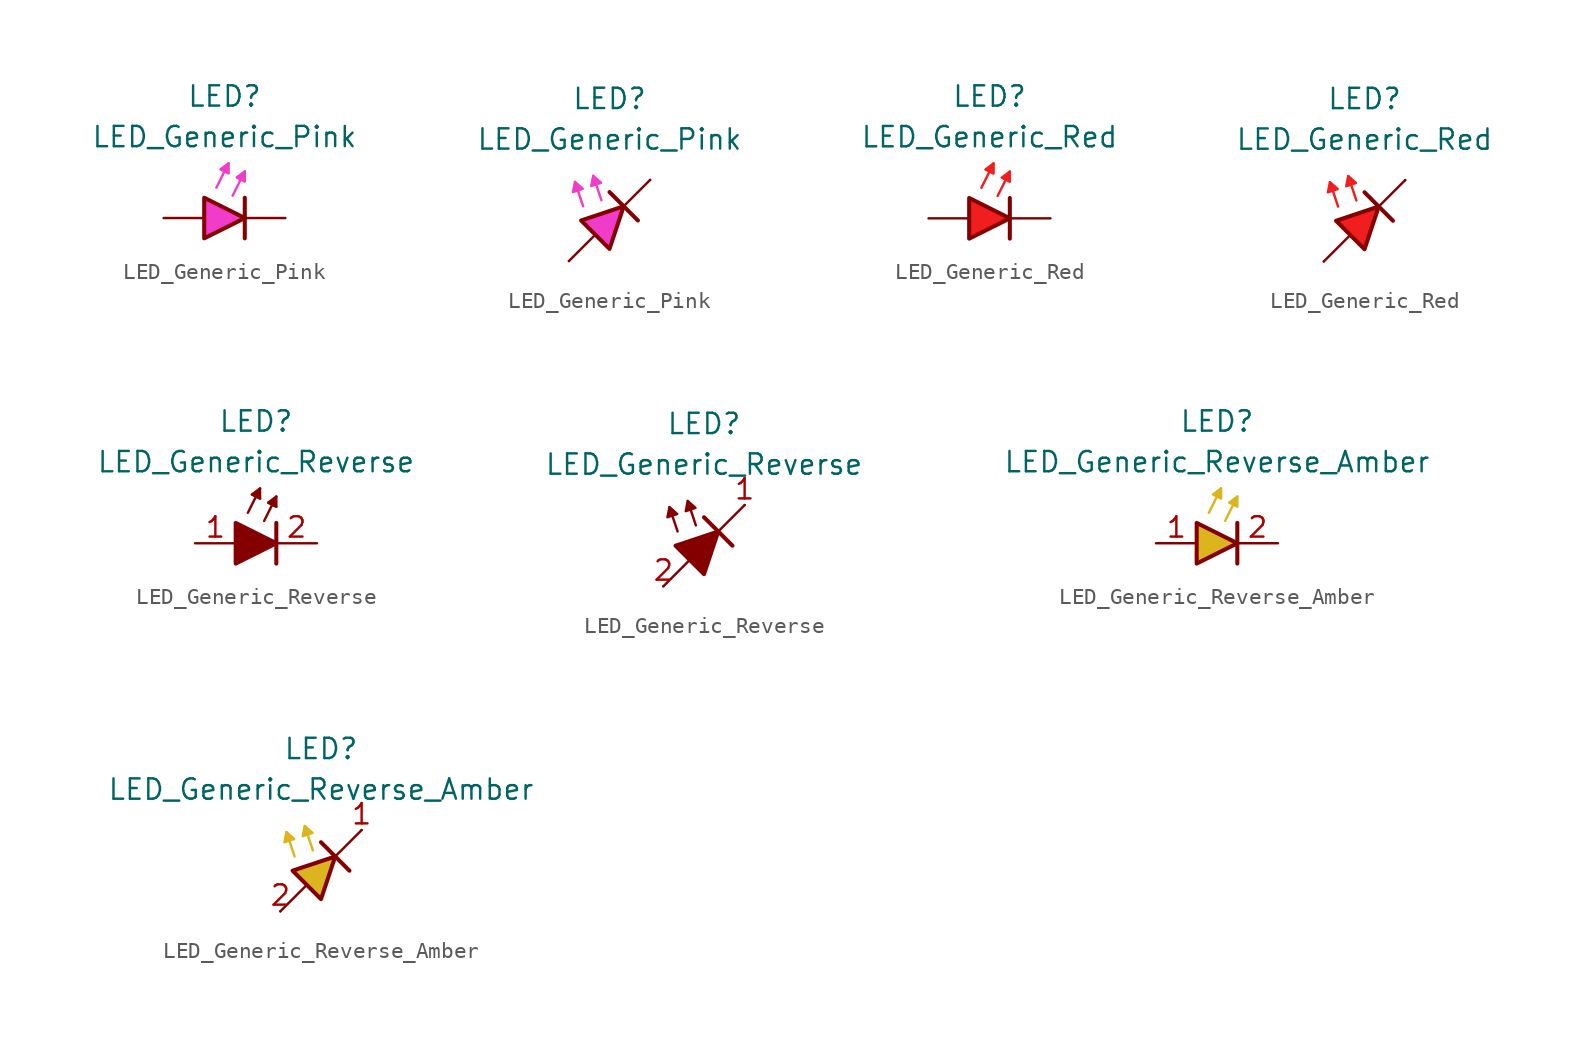
<source format=kicad_sym>
(kicad_symbol_lib
  (version 20231120)
  (generator "kicad_symbol_editor")
  (generator_version "8.0")
  (symbol "LED_Generic_Pink"
    (pin_numbers hide)
    (pin_names
      (offset 1.016) hide)
    (property "Reference" "LED"
      (at 0 7.62 0)
      (effects (font (size 1.27 1.27))))
    (property "Value" "LED_Generic_Pink"
      (at 0 5.08 0)
      (effects (font (size 1.27 1.27))))
    (symbol "LED_Generic_Pink_0_1"
      (polyline (pts (xy -0.508 1.905) (xy 0.254 3.429)) (stroke (width 0.152) (type default) (color 240 60 200 1)) (fill (type none)))
      (polyline (pts (xy 0.508 1.397) (xy 1.27 2.921)) (stroke (width 0.152) (type default) (color 240 60 200 1)) (fill (type none)))
      (polyline (pts (xy 1.27 1.27) (xy 1.27 -1.27)) (stroke (width 0.254) (type default)) (fill (type none)))
      (polyline (pts (xy -1.27 1.27) (xy -1.27 -1.27) (xy 1.27 0) (xy -1.27 1.27)) (stroke (width 0.254) (type default)) (fill (type color) (color 240 60 200 1)))
      (polyline (pts (xy 0.254 2.794) (xy -0.254 3.048) (xy 0.254 3.429) (xy 0.254 2.794)) (stroke (width 0) (type solid) (color 240 60 200 1)) (fill (type outline)))
      (polyline (pts (xy 1.27 2.286) (xy 0.762 2.54) (xy 1.27 2.921) (xy 1.27 2.286)) (stroke (width 0.152) (type default) (color 240 60 200 1)) (fill (type outline))))
    (symbol "LED_Generic_Pink_0_2"
      (polyline (pts (xy -2.54 -2.54) (xy -0.889 -0.889)) (stroke (width 0) (type default)) (fill (type none)))
      (polyline (pts (xy -1.651 0.889) (xy -2.159 2.413)) (stroke (width 0) (type default) (color 240 60 200 1)) (fill (type none)))
      (polyline (pts (xy -0.508 1.27) (xy -1.016 2.794)) (stroke (width 0) (type default) (color 240 60 200 1)) (fill (type none)))
      (polyline (pts (xy 0 1.778) (xy 1.778 0)) (stroke (width 0.254) (type default)) (fill (type none)))
      (polyline (pts (xy 0.889 0.889) (xy 2.54 2.54)) (stroke (width 0) (type default)) (fill (type none)))
      (polyline (pts (xy -0.889 -0.889) (xy -1.778 0) (xy 0.889 0.889) (xy 0 -1.778) (xy -0.889 -0.889)) (stroke (width 0.254) (type default)) (fill (type color) (color 240 60 200 1))))
    (symbol "LED_Generic_Pink_1_1"
      (pin passive line (at 3.81 0 180) (length 2.54) (name "K" (effects (font (size 1.27 1.27)))) (number "1" (effects (font (size 1.27 1.27)))))
      (pin passive line (at -3.81 0 0) (length 2.54) (name "A" (effects (font (size 1.27 1.27)))) (number "2" (effects (font (size 1.27 1.27))))))
    (symbol "LED_Generic_Pink_1_2"
      (polyline (pts (xy -2.159 2.413) (xy -2.286 1.778) (xy -1.676 1.981) (xy -2.159 2.413)) (stroke (width 0) (type default) (color 240 60 200 1)) (fill (type outline)))
      (polyline (pts (xy -1.016 2.794) (xy -1.143 2.159) (xy -0.533 2.362) (xy -1.016 2.794)) (stroke (width 0) (type default) (color 240 60 200 1)) (fill (type outline)))
      (pin passive line (at 2.54 2.54 180) (length 0) (name "K" (effects (font (size 1.27 1.27)))) (number "1" (effects (font (size 1.27 1.27)))))
      (pin passive line (at -2.54 -2.54 0) (length 0) (name "A" (effects (font (size 1.27 1.27)))) (number "2" (effects (font (size 1.27 1.27)))))))
  (symbol "LED_Generic_Red"
    (pin_numbers hide)
    (pin_names
      (offset 1.016) hide)
    (property "Reference" "LED"
      (at 0 7.62 0)
      (effects (font (size 1.27 1.27))))
    (property "Value" "LED_Generic_Red"
      (at 0 5.08 0)
      (effects (font (size 1.27 1.27))))
    (symbol "LED_Generic_Red_0_1"
      (polyline (pts (xy -0.508 1.905) (xy 0.254 3.429)) (stroke (width 0.152) (type default) (color 240 30 30 1)) (fill (type none)))
      (polyline (pts (xy 0.508 1.397) (xy 1.27 2.921)) (stroke (width 0.152) (type default) (color 240 30 30 1)) (fill (type none)))
      (polyline (pts (xy 1.27 1.27) (xy 1.27 -1.27)) (stroke (width 0.254) (type default)) (fill (type none)))
      (polyline (pts (xy -1.27 1.27) (xy -1.27 -1.27) (xy 1.27 0) (xy -1.27 1.27)) (stroke (width 0.254) (type default)) (fill (type color) (color 240 30 30 1)))
      (polyline (pts (xy 0.254 2.794) (xy -0.254 3.048) (xy 0.254 3.429) (xy 0.254 2.794)) (stroke (width 0) (type solid) (color 240 30 30 1)) (fill (type outline)))
      (polyline (pts (xy 1.27 2.286) (xy 0.762 2.54) (xy 1.27 2.921) (xy 1.27 2.286)) (stroke (width 0.152) (type default) (color 240 30 30 1)) (fill (type outline))))
    (symbol "LED_Generic_Red_0_2"
      (polyline (pts (xy -2.54 -2.54) (xy -0.889 -0.889)) (stroke (width 0) (type default)) (fill (type none)))
      (polyline (pts (xy -1.651 0.889) (xy -2.159 2.413)) (stroke (width 0) (type default) (color 240 30 30 1)) (fill (type none)))
      (polyline (pts (xy -0.508 1.27) (xy -1.016 2.794)) (stroke (width 0) (type default) (color 240 30 30 1)) (fill (type none)))
      (polyline (pts (xy 0 1.778) (xy 1.778 0)) (stroke (width 0.254) (type default)) (fill (type none)))
      (polyline (pts (xy 0.889 0.889) (xy 2.54 2.54)) (stroke (width 0) (type default)) (fill (type none)))
      (polyline (pts (xy -0.889 -0.889) (xy -1.778 0) (xy 0.889 0.889) (xy 0 -1.778) (xy -0.889 -0.889)) (stroke (width 0.254) (type default)) (fill (type color) (color 240 30 30 1))))
    (symbol "LED_Generic_Red_1_1"
      (pin passive line (at 3.81 0 180) (length 2.54) (name "K" (effects (font (size 1.27 1.27)))) (number "1" (effects (font (size 1.27 1.27)))))
      (pin passive line (at -3.81 0 0) (length 2.54) (name "A" (effects (font (size 1.27 1.27)))) (number "2" (effects (font (size 1.27 1.27))))))
    (symbol "LED_Generic_Red_1_2"
      (polyline (pts (xy -2.159 2.413) (xy -2.286 1.778) (xy -1.676 1.981) (xy -2.159 2.413)) (stroke (width 0) (type default) (color 240 30 30 1)) (fill (type outline)))
      (polyline (pts (xy -1.016 2.794) (xy -1.143 2.159) (xy -0.533 2.362) (xy -1.016 2.794)) (stroke (width 0) (type default) (color 240 30 30 1)) (fill (type outline)))
      (pin passive line (at 2.54 2.54 180) (length 0) (name "K" (effects (font (size 1.27 1.27)))) (number "1" (effects (font (size 1.27 1.27)))))
      (pin passive line (at -2.54 -2.54 0) (length 0) (name "A" (effects (font (size 1.27 1.27)))) (number "2" (effects (font (size 1.27 1.27)))))))
  (symbol "LED_Generic_Reverse"
    (pin_names
      (offset 1.016) hide)
    (property "Reference" "LED"
      (at 0 7.62 0)
      (effects (font (size 1.27 1.27))))
    (property "Value" "LED_Generic_Reverse"
      (at 0 5.08 0)
      (effects (font (size 1.27 1.27))))
    (symbol "LED_Generic_Reverse_0_1"
      (polyline (pts (xy -0.508 1.905) (xy 0.254 3.429)) (stroke (width 0.152) (type default)) (fill (type none)))
      (polyline (pts (xy 0 2.921) (xy -0.254 3.048)) (stroke (width 0.152) (type default)) (fill (type none)))
      (polyline (pts (xy 0 2.921) (xy 0.254 2.794)) (stroke (width 0.152) (type default)) (fill (type none)))
      (polyline (pts (xy 0.508 1.397) (xy 1.27 2.921)) (stroke (width 0.152) (type default)) (fill (type none)))
      (polyline (pts (xy 1.016 2.413) (xy 0.762 2.54)) (stroke (width 0.152) (type default)) (fill (type none)))
      (polyline (pts (xy 1.016 2.413) (xy 1.27 2.286)) (stroke (width 0.152) (type default)) (fill (type none)))
      (polyline (pts (xy 1.27 0) (xy -1.27 0)) (stroke (width 0) (type default)) (fill (type none)))
      (polyline (pts (xy 1.27 1.27) (xy 1.27 -1.27)) (stroke (width 0.254) (type default)) (fill (type none)))
      (polyline (pts (xy -1.27 1.27) (xy -1.27 -1.27) (xy 1.27 0) (xy -1.27 1.27)) (stroke (width 0.254) (type default)) (fill (type outline)))
      (polyline (pts (xy 0.254 2.794) (xy -0.254 3.048) (xy 0.254 3.429) (xy 0.254 2.794)) (stroke (width 0.152) (type default)) (fill (type outline)))
      (polyline (pts (xy 1.27 2.286) (xy 0.762 2.54) (xy 1.27 2.921) (xy 1.27 2.286)) (stroke (width 0.152) (type default)) (fill (type outline))))
    (symbol "LED_Generic_Reverse_0_2"
      (polyline (pts (xy -2.54 -2.54) (xy 2.54 2.54)) (stroke (width 0) (type default)) (fill (type none)))
      (polyline (pts (xy -1.651 0.889) (xy -2.159 2.413)) (stroke (width 0) (type default)) (fill (type none)))
      (polyline (pts (xy -0.508 1.27) (xy -1.016 2.794)) (stroke (width 0) (type default)) (fill (type none)))
      (polyline (pts (xy 0 1.778) (xy 1.778 0)) (stroke (width 0.254) (type default)) (fill (type none)))
      (polyline (pts (xy -2.159 2.413) (xy -2.286 1.778) (xy -1.676 1.981) (xy -2.159 2.413)) (stroke (width 0) (type default)) (fill (type outline)))
      (polyline (pts (xy -1.016 2.794) (xy -1.143 2.159) (xy -0.533 2.362) (xy -1.016 2.794)) (stroke (width 0) (type default)) (fill (type outline)))
      (polyline (pts (xy -0.889 -0.889) (xy -1.778 0) (xy 0.889 0.889) (xy 0 -1.778) (xy -0.889 -0.889)) (stroke (width 0.254) (type default)) (fill (type outline))))
    (symbol "LED_Generic_Reverse_1_1"
      (pin passive line (at -3.81 0 0) (length 2.54) (name "A" (effects (font (size 1.27 1.27)))) (number "1" (effects (font (size 1.27 1.27)))))
      (pin passive line (at 3.81 0 180) (length 2.54) (name "K" (effects (font (size 1.27 1.27)))) (number "2" (effects (font (size 1.27 1.27))))))
    (symbol "LED_Generic_Reverse_1_2"
      (pin passive line (at 2.54 2.54 180) (length 0) (name "K" (effects (font (size 1.27 1.27)))) (number "1" (effects (font (size 1.27 1.27)))))
      (pin passive line (at -2.54 -2.54 0) (length 0) (name "A" (effects (font (size 1.27 1.27)))) (number "2" (effects (font (size 1.27 1.27)))))))
  (symbol "LED_Generic_Reverse_Amber"
    (pin_names
      (offset 1.016) hide)
    (property "Reference" "LED"
      (at 0 7.62 0)
      (effects (font (size 1.27 1.27))))
    (property "Value" "LED_Generic_Reverse_Amber"
      (at 0 5.08 0)
      (effects (font (size 1.27 1.27))))
    (symbol "LED_Generic_Reverse_Amber_0_1"
      (polyline (pts (xy -0.508 1.905) (xy 0.254 3.429)) (stroke (width 0.152) (type default) (color 220 180 30 1)) (fill (type none)))
      (polyline (pts (xy 0.508 1.397) (xy 1.27 2.921)) (stroke (width 0.152) (type default) (color 220 180 30 1)) (fill (type none)))
      (polyline (pts (xy 1.27 1.27) (xy 1.27 -1.27)) (stroke (width 0.254) (type default)) (fill (type none)))
      (polyline (pts (xy -1.27 1.27) (xy -1.27 -1.27) (xy 1.27 0) (xy -1.27 1.27)) (stroke (width 0.254) (type default)) (fill (type color) (color 220 180 30 1)))
      (polyline (pts (xy 0.254 2.794) (xy -0.254 3.048) (xy 0.254 3.429) (xy 0.254 2.794)) (stroke (width 0) (type solid) (color 220 180 30 1)) (fill (type outline)))
      (polyline (pts (xy 1.27 2.286) (xy 0.762 2.54) (xy 1.27 2.921) (xy 1.27 2.286)) (stroke (width 0.152) (type default) (color 220 180 30 1)) (fill (type outline))))
    (symbol "LED_Generic_Reverse_Amber_0_2"
      (polyline (pts (xy -2.54 -2.54) (xy -0.889 -0.889)) (stroke (width 0) (type default)) (fill (type none)))
      (polyline (pts (xy -1.651 0.889) (xy -2.159 2.413)) (stroke (width 0) (type default) (color 220 180 30 1)) (fill (type none)))
      (polyline (pts (xy -0.508 1.27) (xy -1.016 2.794)) (stroke (width 0) (type default) (color 220 180 30 1)) (fill (type none)))
      (polyline (pts (xy 0 1.778) (xy 1.778 0)) (stroke (width 0.254) (type default)) (fill (type none)))
      (polyline (pts (xy 0.889 0.889) (xy 2.54 2.54)) (stroke (width 0) (type default)) (fill (type none)))
      (polyline (pts (xy -0.889 -0.889) (xy -1.778 0) (xy 0.889 0.889) (xy 0 -1.778) (xy -0.889 -0.889)) (stroke (width 0.254) (type default)) (fill (type color) (color 220 180 30 1))))
    (symbol "LED_Generic_Reverse_Amber_1_1"
      (pin passive line (at -3.81 0 0) (length 2.54) (name "A" (effects (font (size 1.27 1.27)))) (number "1" (effects (font (size 1.27 1.27)))))
      (pin passive line (at 3.81 0 180) (length 2.54) (name "K" (effects (font (size 1.27 1.27)))) (number "2" (effects (font (size 1.27 1.27))))))
    (symbol "LED_Generic_Reverse_Amber_1_2"
      (polyline (pts (xy -2.159 2.413) (xy -2.286 1.778) (xy -1.676 1.981) (xy -2.159 2.413)) (stroke (width 0) (type default) (color 220 180 30 1)) (fill (type outline)))
      (polyline (pts (xy -1.016 2.794) (xy -1.143 2.159) (xy -0.533 2.362) (xy -1.016 2.794)) (stroke (width 0) (type default) (color 220 180 30 1)) (fill (type outline)))
      (pin passive line (at 2.54 2.54 180) (length 0) (name "K" (effects (font (size 1.27 1.27)))) (number "1" (effects (font (size 1.27 1.27)))))
      (pin passive line (at -2.54 -2.54 0) (length 0) (name "A" (effects (font (size 1.27 1.27)))) (number "2" (effects (font (size 1.27 1.27))))))))
</source>
